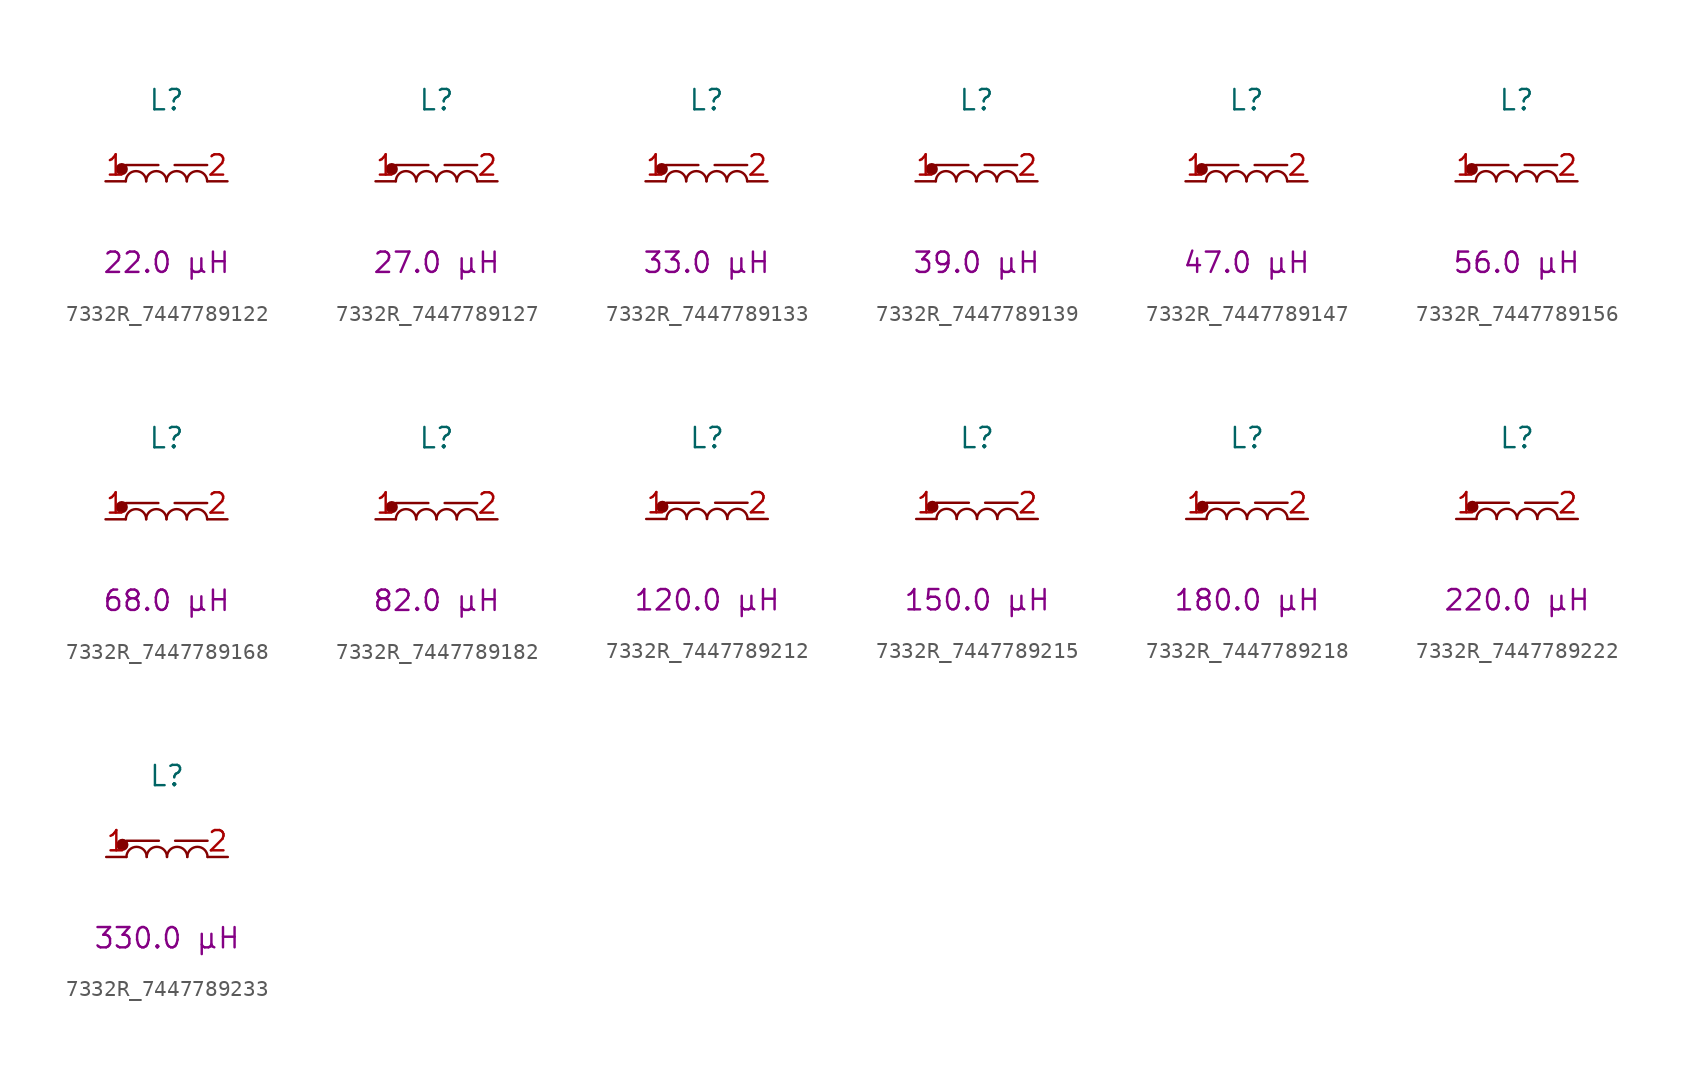
<source format=kicad_sym>
(kicad_symbol_lib
  (version 20220914)
  (generator kicad_symbol_editor)
  (symbol "7332R_7447789122"
    (pin_names hide)
    (property "Reference" "L"
      (at 0 5.08 0)
      (effects (font (size 1.27 1.27))))
    (property "Critical Parameter" "22.0 µH"
      (at 0 -5.08 0)
      (effects (font (size 1.27 1.27))))
    (symbol "7332R_7447789122_0_1"
      (arc (start -1.27 0) (mid -1.905 0.6323) (end -2.54 0) (stroke (width 0) (type default)) (fill (type none)))
      (arc (start 0 0) (mid -0.635 0.6323) (end -1.27 0) (stroke (width 0) (type default)) (fill (type none)))
      (polyline (pts (xy -2.54 1.016) (xy -0.508 1.016)) (stroke (width 0) (type default)) (fill (type none)))
      (arc (start 1.27 0) (mid 0.635 0.6323) (end 0 0) (stroke (width 0) (type default)) (fill (type none)))
      (arc (start 2.54 0) (mid 1.905 0.6323) (end 1.27 0) (stroke (width 0) (type default)) (fill (type none))))
    (symbol "7332R_7447789122_1_1"
      (circle (center -2.794 0.762) (radius 0.0001) (stroke (width 0.381) (type default)) (fill (type none)))
      (polyline (pts (xy 2.54 1.016) (xy 0.508 1.016)) (stroke (width 0) (type default)) (fill (type none)))
      (pin passive line (at -3.81 0 0) (length 1.27) (name "1" (effects (font (size 1.27 1.27)))) (number "1" (effects (font (size 1.27 1.27)))))
      (pin passive line (at 3.81 0 180) (length 1.27) (name "2" (effects (font (size 1.27 1.27)))) (number "2" (effects (font (size 1.27 1.27)))))))
  (symbol "7332R_7447789127"
    (pin_names hide)
    (property "Reference" "L"
      (at 0 5.08 0)
      (effects (font (size 1.27 1.27))))
    (property "Critical Parameter" "27.0 µH"
      (at 0 -5.08 0)
      (effects (font (size 1.27 1.27))))
    (symbol "7332R_7447789127_0_1"
      (arc (start -1.27 0) (mid -1.905 0.6323) (end -2.54 0) (stroke (width 0) (type default)) (fill (type none)))
      (arc (start 0 0) (mid -0.635 0.6323) (end -1.27 0) (stroke (width 0) (type default)) (fill (type none)))
      (polyline (pts (xy -2.54 1.016) (xy -0.508 1.016)) (stroke (width 0) (type default)) (fill (type none)))
      (arc (start 1.27 0) (mid 0.635 0.6323) (end 0 0) (stroke (width 0) (type default)) (fill (type none)))
      (arc (start 2.54 0) (mid 1.905 0.6323) (end 1.27 0) (stroke (width 0) (type default)) (fill (type none))))
    (symbol "7332R_7447789127_1_1"
      (circle (center -2.794 0.762) (radius 0.0001) (stroke (width 0.381) (type default)) (fill (type none)))
      (polyline (pts (xy 2.54 1.016) (xy 0.508 1.016)) (stroke (width 0) (type default)) (fill (type none)))
      (pin passive line (at -3.81 0 0) (length 1.27) (name "1" (effects (font (size 1.27 1.27)))) (number "1" (effects (font (size 1.27 1.27)))))
      (pin passive line (at 3.81 0 180) (length 1.27) (name "2" (effects (font (size 1.27 1.27)))) (number "2" (effects (font (size 1.27 1.27)))))))
  (symbol "7332R_7447789133"
    (pin_names hide)
    (property "Reference" "L"
      (at 0 5.08 0)
      (effects (font (size 1.27 1.27))))
    (property "Critical Parameter" "33.0 µH"
      (at 0 -5.08 0)
      (effects (font (size 1.27 1.27))))
    (symbol "7332R_7447789133_0_1"
      (arc (start -1.27 0) (mid -1.905 0.6323) (end -2.54 0) (stroke (width 0) (type default)) (fill (type none)))
      (arc (start 0 0) (mid -0.635 0.6323) (end -1.27 0) (stroke (width 0) (type default)) (fill (type none)))
      (polyline (pts (xy -2.54 1.016) (xy -0.508 1.016)) (stroke (width 0) (type default)) (fill (type none)))
      (arc (start 1.27 0) (mid 0.635 0.6323) (end 0 0) (stroke (width 0) (type default)) (fill (type none)))
      (arc (start 2.54 0) (mid 1.905 0.6323) (end 1.27 0) (stroke (width 0) (type default)) (fill (type none))))
    (symbol "7332R_7447789133_1_1"
      (circle (center -2.794 0.762) (radius 0.0001) (stroke (width 0.381) (type default)) (fill (type none)))
      (polyline (pts (xy 2.54 1.016) (xy 0.508 1.016)) (stroke (width 0) (type default)) (fill (type none)))
      (pin passive line (at -3.81 0 0) (length 1.27) (name "1" (effects (font (size 1.27 1.27)))) (number "1" (effects (font (size 1.27 1.27)))))
      (pin passive line (at 3.81 0 180) (length 1.27) (name "2" (effects (font (size 1.27 1.27)))) (number "2" (effects (font (size 1.27 1.27)))))))
  (symbol "7332R_7447789139"
    (pin_names hide)
    (property "Reference" "L"
      (at 0 5.08 0)
      (effects (font (size 1.27 1.27))))
    (property "Critical Parameter" "39.0 µH"
      (at 0 -5.08 0)
      (effects (font (size 1.27 1.27))))
    (symbol "7332R_7447789139_0_1"
      (arc (start -1.27 0) (mid -1.905 0.6323) (end -2.54 0) (stroke (width 0) (type default)) (fill (type none)))
      (arc (start 0 0) (mid -0.635 0.6323) (end -1.27 0) (stroke (width 0) (type default)) (fill (type none)))
      (polyline (pts (xy -2.54 1.016) (xy -0.508 1.016)) (stroke (width 0) (type default)) (fill (type none)))
      (arc (start 1.27 0) (mid 0.635 0.6323) (end 0 0) (stroke (width 0) (type default)) (fill (type none)))
      (arc (start 2.54 0) (mid 1.905 0.6323) (end 1.27 0) (stroke (width 0) (type default)) (fill (type none))))
    (symbol "7332R_7447789139_1_1"
      (circle (center -2.794 0.762) (radius 0.0001) (stroke (width 0.381) (type default)) (fill (type none)))
      (polyline (pts (xy 2.54 1.016) (xy 0.508 1.016)) (stroke (width 0) (type default)) (fill (type none)))
      (pin passive line (at -3.81 0 0) (length 1.27) (name "1" (effects (font (size 1.27 1.27)))) (number "1" (effects (font (size 1.27 1.27)))))
      (pin passive line (at 3.81 0 180) (length 1.27) (name "2" (effects (font (size 1.27 1.27)))) (number "2" (effects (font (size 1.27 1.27)))))))
  (symbol "7332R_7447789147"
    (pin_names hide)
    (property "Reference" "L"
      (at 0 5.08 0)
      (effects (font (size 1.27 1.27))))
    (property "Critical Parameter" "47.0 µH"
      (at 0 -5.08 0)
      (effects (font (size 1.27 1.27))))
    (symbol "7332R_7447789147_0_1"
      (arc (start -1.27 0) (mid -1.905 0.6323) (end -2.54 0) (stroke (width 0) (type default)) (fill (type none)))
      (arc (start 0 0) (mid -0.635 0.6323) (end -1.27 0) (stroke (width 0) (type default)) (fill (type none)))
      (polyline (pts (xy -2.54 1.016) (xy -0.508 1.016)) (stroke (width 0) (type default)) (fill (type none)))
      (arc (start 1.27 0) (mid 0.635 0.6323) (end 0 0) (stroke (width 0) (type default)) (fill (type none)))
      (arc (start 2.54 0) (mid 1.905 0.6323) (end 1.27 0) (stroke (width 0) (type default)) (fill (type none))))
    (symbol "7332R_7447789147_1_1"
      (circle (center -2.794 0.762) (radius 0.0001) (stroke (width 0.381) (type default)) (fill (type none)))
      (polyline (pts (xy 2.54 1.016) (xy 0.508 1.016)) (stroke (width 0) (type default)) (fill (type none)))
      (pin passive line (at -3.81 0 0) (length 1.27) (name "1" (effects (font (size 1.27 1.27)))) (number "1" (effects (font (size 1.27 1.27)))))
      (pin passive line (at 3.81 0 180) (length 1.27) (name "2" (effects (font (size 1.27 1.27)))) (number "2" (effects (font (size 1.27 1.27)))))))
  (symbol "7332R_7447789156"
    (pin_names hide)
    (property "Reference" "L"
      (at 0 5.08 0)
      (effects (font (size 1.27 1.27))))
    (property "Critical Parameter" "56.0 µH"
      (at 0 -5.08 0)
      (effects (font (size 1.27 1.27))))
    (symbol "7332R_7447789156_0_1"
      (arc (start -1.27 0) (mid -1.905 0.6323) (end -2.54 0) (stroke (width 0) (type default)) (fill (type none)))
      (arc (start 0 0) (mid -0.635 0.6323) (end -1.27 0) (stroke (width 0) (type default)) (fill (type none)))
      (polyline (pts (xy -2.54 1.016) (xy -0.508 1.016)) (stroke (width 0) (type default)) (fill (type none)))
      (arc (start 1.27 0) (mid 0.635 0.6323) (end 0 0) (stroke (width 0) (type default)) (fill (type none)))
      (arc (start 2.54 0) (mid 1.905 0.6323) (end 1.27 0) (stroke (width 0) (type default)) (fill (type none))))
    (symbol "7332R_7447789156_1_1"
      (circle (center -2.794 0.762) (radius 0.0001) (stroke (width 0.381) (type default)) (fill (type none)))
      (polyline (pts (xy 2.54 1.016) (xy 0.508 1.016)) (stroke (width 0) (type default)) (fill (type none)))
      (pin passive line (at -3.81 0 0) (length 1.27) (name "1" (effects (font (size 1.27 1.27)))) (number "1" (effects (font (size 1.27 1.27)))))
      (pin passive line (at 3.81 0 180) (length 1.27) (name "2" (effects (font (size 1.27 1.27)))) (number "2" (effects (font (size 1.27 1.27)))))))
  (symbol "7332R_7447789168"
    (pin_names hide)
    (property "Reference" "L"
      (at 0 5.08 0)
      (effects (font (size 1.27 1.27))))
    (property "Critical Parameter" "68.0 µH"
      (at 0 -5.08 0)
      (effects (font (size 1.27 1.27))))
    (symbol "7332R_7447789168_0_1"
      (arc (start -1.27 0) (mid -1.905 0.6323) (end -2.54 0) (stroke (width 0) (type default)) (fill (type none)))
      (arc (start 0 0) (mid -0.635 0.6323) (end -1.27 0) (stroke (width 0) (type default)) (fill (type none)))
      (polyline (pts (xy -2.54 1.016) (xy -0.508 1.016)) (stroke (width 0) (type default)) (fill (type none)))
      (arc (start 1.27 0) (mid 0.635 0.6323) (end 0 0) (stroke (width 0) (type default)) (fill (type none)))
      (arc (start 2.54 0) (mid 1.905 0.6323) (end 1.27 0) (stroke (width 0) (type default)) (fill (type none))))
    (symbol "7332R_7447789168_1_1"
      (circle (center -2.794 0.762) (radius 0.0001) (stroke (width 0.381) (type default)) (fill (type none)))
      (polyline (pts (xy 2.54 1.016) (xy 0.508 1.016)) (stroke (width 0) (type default)) (fill (type none)))
      (pin passive line (at -3.81 0 0) (length 1.27) (name "1" (effects (font (size 1.27 1.27)))) (number "1" (effects (font (size 1.27 1.27)))))
      (pin passive line (at 3.81 0 180) (length 1.27) (name "2" (effects (font (size 1.27 1.27)))) (number "2" (effects (font (size 1.27 1.27)))))))
  (symbol "7332R_7447789182"
    (pin_names hide)
    (property "Reference" "L"
      (at 0 5.08 0)
      (effects (font (size 1.27 1.27))))
    (property "Critical Parameter" "82.0 µH"
      (at 0 -5.08 0)
      (effects (font (size 1.27 1.27))))
    (symbol "7332R_7447789182_0_1"
      (arc (start -1.27 0) (mid -1.905 0.6323) (end -2.54 0) (stroke (width 0) (type default)) (fill (type none)))
      (arc (start 0 0) (mid -0.635 0.6323) (end -1.27 0) (stroke (width 0) (type default)) (fill (type none)))
      (polyline (pts (xy -2.54 1.016) (xy -0.508 1.016)) (stroke (width 0) (type default)) (fill (type none)))
      (arc (start 1.27 0) (mid 0.635 0.6323) (end 0 0) (stroke (width 0) (type default)) (fill (type none)))
      (arc (start 2.54 0) (mid 1.905 0.6323) (end 1.27 0) (stroke (width 0) (type default)) (fill (type none))))
    (symbol "7332R_7447789182_1_1"
      (circle (center -2.794 0.762) (radius 0.0001) (stroke (width 0.381) (type default)) (fill (type none)))
      (polyline (pts (xy 2.54 1.016) (xy 0.508 1.016)) (stroke (width 0) (type default)) (fill (type none)))
      (pin passive line (at -3.81 0 0) (length 1.27) (name "1" (effects (font (size 1.27 1.27)))) (number "1" (effects (font (size 1.27 1.27)))))
      (pin passive line (at 3.81 0 180) (length 1.27) (name "2" (effects (font (size 1.27 1.27)))) (number "2" (effects (font (size 1.27 1.27)))))))
  (symbol "7332R_7447789212"
    (pin_names hide)
    (property "Reference" "L"
      (at 0 5.08 0)
      (effects (font (size 1.27 1.27))))
    (property "Critical Parameter" "120.0 µH"
      (at 0 -5.08 0)
      (effects (font (size 1.27 1.27))))
    (symbol "7332R_7447789212_0_1"
      (arc (start -1.27 0) (mid -1.905 0.6323) (end -2.54 0) (stroke (width 0) (type default)) (fill (type none)))
      (arc (start 0 0) (mid -0.635 0.6323) (end -1.27 0) (stroke (width 0) (type default)) (fill (type none)))
      (polyline (pts (xy -2.54 1.016) (xy -0.508 1.016)) (stroke (width 0) (type default)) (fill (type none)))
      (arc (start 1.27 0) (mid 0.635 0.6323) (end 0 0) (stroke (width 0) (type default)) (fill (type none)))
      (arc (start 2.54 0) (mid 1.905 0.6323) (end 1.27 0) (stroke (width 0) (type default)) (fill (type none))))
    (symbol "7332R_7447789212_1_1"
      (circle (center -2.794 0.762) (radius 0.0001) (stroke (width 0.381) (type default)) (fill (type none)))
      (polyline (pts (xy 2.54 1.016) (xy 0.508 1.016)) (stroke (width 0) (type default)) (fill (type none)))
      (pin passive line (at -3.81 0 0) (length 1.27) (name "1" (effects (font (size 1.27 1.27)))) (number "1" (effects (font (size 1.27 1.27)))))
      (pin passive line (at 3.81 0 180) (length 1.27) (name "2" (effects (font (size 1.27 1.27)))) (number "2" (effects (font (size 1.27 1.27)))))))
  (symbol "7332R_7447789215"
    (pin_names hide)
    (property "Reference" "L"
      (at 0 5.08 0)
      (effects (font (size 1.27 1.27))))
    (property "Critical Parameter" "150.0 µH"
      (at 0 -5.08 0)
      (effects (font (size 1.27 1.27))))
    (symbol "7332R_7447789215_0_1"
      (arc (start -1.27 0) (mid -1.905 0.6323) (end -2.54 0) (stroke (width 0) (type default)) (fill (type none)))
      (arc (start 0 0) (mid -0.635 0.6323) (end -1.27 0) (stroke (width 0) (type default)) (fill (type none)))
      (polyline (pts (xy -2.54 1.016) (xy -0.508 1.016)) (stroke (width 0) (type default)) (fill (type none)))
      (arc (start 1.27 0) (mid 0.635 0.6323) (end 0 0) (stroke (width 0) (type default)) (fill (type none)))
      (arc (start 2.54 0) (mid 1.905 0.6323) (end 1.27 0) (stroke (width 0) (type default)) (fill (type none))))
    (symbol "7332R_7447789215_1_1"
      (circle (center -2.794 0.762) (radius 0.0001) (stroke (width 0.381) (type default)) (fill (type none)))
      (polyline (pts (xy 2.54 1.016) (xy 0.508 1.016)) (stroke (width 0) (type default)) (fill (type none)))
      (pin passive line (at -3.81 0 0) (length 1.27) (name "1" (effects (font (size 1.27 1.27)))) (number "1" (effects (font (size 1.27 1.27)))))
      (pin passive line (at 3.81 0 180) (length 1.27) (name "2" (effects (font (size 1.27 1.27)))) (number "2" (effects (font (size 1.27 1.27)))))))
  (symbol "7332R_7447789218"
    (pin_names hide)
    (property "Reference" "L"
      (at 0 5.08 0)
      (effects (font (size 1.27 1.27))))
    (property "Critical Parameter" "180.0 µH"
      (at 0 -5.08 0)
      (effects (font (size 1.27 1.27))))
    (symbol "7332R_7447789218_0_1"
      (arc (start -1.27 0) (mid -1.905 0.6323) (end -2.54 0) (stroke (width 0) (type default)) (fill (type none)))
      (arc (start 0 0) (mid -0.635 0.6323) (end -1.27 0) (stroke (width 0) (type default)) (fill (type none)))
      (polyline (pts (xy -2.54 1.016) (xy -0.508 1.016)) (stroke (width 0) (type default)) (fill (type none)))
      (arc (start 1.27 0) (mid 0.635 0.6323) (end 0 0) (stroke (width 0) (type default)) (fill (type none)))
      (arc (start 2.54 0) (mid 1.905 0.6323) (end 1.27 0) (stroke (width 0) (type default)) (fill (type none))))
    (symbol "7332R_7447789218_1_1"
      (circle (center -2.794 0.762) (radius 0.0001) (stroke (width 0.381) (type default)) (fill (type none)))
      (polyline (pts (xy 2.54 1.016) (xy 0.508 1.016)) (stroke (width 0) (type default)) (fill (type none)))
      (pin passive line (at -3.81 0 0) (length 1.27) (name "1" (effects (font (size 1.27 1.27)))) (number "1" (effects (font (size 1.27 1.27)))))
      (pin passive line (at 3.81 0 180) (length 1.27) (name "2" (effects (font (size 1.27 1.27)))) (number "2" (effects (font (size 1.27 1.27)))))))
  (symbol "7332R_7447789222"
    (pin_names hide)
    (property "Reference" "L"
      (at 0 5.08 0)
      (effects (font (size 1.27 1.27))))
    (property "Critical Parameter" "220.0 µH"
      (at 0 -5.08 0)
      (effects (font (size 1.27 1.27))))
    (symbol "7332R_7447789222_0_1"
      (arc (start -1.27 0) (mid -1.905 0.6323) (end -2.54 0) (stroke (width 0) (type default)) (fill (type none)))
      (arc (start 0 0) (mid -0.635 0.6323) (end -1.27 0) (stroke (width 0) (type default)) (fill (type none)))
      (polyline (pts (xy -2.54 1.016) (xy -0.508 1.016)) (stroke (width 0) (type default)) (fill (type none)))
      (arc (start 1.27 0) (mid 0.635 0.6323) (end 0 0) (stroke (width 0) (type default)) (fill (type none)))
      (arc (start 2.54 0) (mid 1.905 0.6323) (end 1.27 0) (stroke (width 0) (type default)) (fill (type none))))
    (symbol "7332R_7447789222_1_1"
      (circle (center -2.794 0.762) (radius 0.0001) (stroke (width 0.381) (type default)) (fill (type none)))
      (polyline (pts (xy 2.54 1.016) (xy 0.508 1.016)) (stroke (width 0) (type default)) (fill (type none)))
      (pin passive line (at -3.81 0 0) (length 1.27) (name "1" (effects (font (size 1.27 1.27)))) (number "1" (effects (font (size 1.27 1.27)))))
      (pin passive line (at 3.81 0 180) (length 1.27) (name "2" (effects (font (size 1.27 1.27)))) (number "2" (effects (font (size 1.27 1.27)))))))
  (symbol "7332R_7447789233"
    (pin_names hide)
    (property "Reference" "L"
      (at 0 5.08 0)
      (effects (font (size 1.27 1.27))))
    (property "Critical Parameter" "330.0 µH"
      (at 0 -5.08 0)
      (effects (font (size 1.27 1.27))))
    (symbol "7332R_7447789233_0_1"
      (arc (start -1.27 0) (mid -1.905 0.6323) (end -2.54 0) (stroke (width 0) (type default)) (fill (type none)))
      (arc (start 0 0) (mid -0.635 0.6323) (end -1.27 0) (stroke (width 0) (type default)) (fill (type none)))
      (polyline (pts (xy -2.54 1.016) (xy -0.508 1.016)) (stroke (width 0) (type default)) (fill (type none)))
      (arc (start 1.27 0) (mid 0.635 0.6323) (end 0 0) (stroke (width 0) (type default)) (fill (type none)))
      (arc (start 2.54 0) (mid 1.905 0.6323) (end 1.27 0) (stroke (width 0) (type default)) (fill (type none))))
    (symbol "7332R_7447789233_1_1"
      (circle (center -2.794 0.762) (radius 0.0001) (stroke (width 0.381) (type default)) (fill (type none)))
      (polyline (pts (xy 2.54 1.016) (xy 0.508 1.016)) (stroke (width 0) (type default)) (fill (type none)))
      (pin passive line (at -3.81 0 0) (length 1.27) (name "1" (effects (font (size 1.27 1.27)))) (number "1" (effects (font (size 1.27 1.27)))))
      (pin passive line (at 3.81 0 180) (length 1.27) (name "2" (effects (font (size 1.27 1.27)))) (number "2" (effects (font (size 1.27 1.27))))))))
</source>
